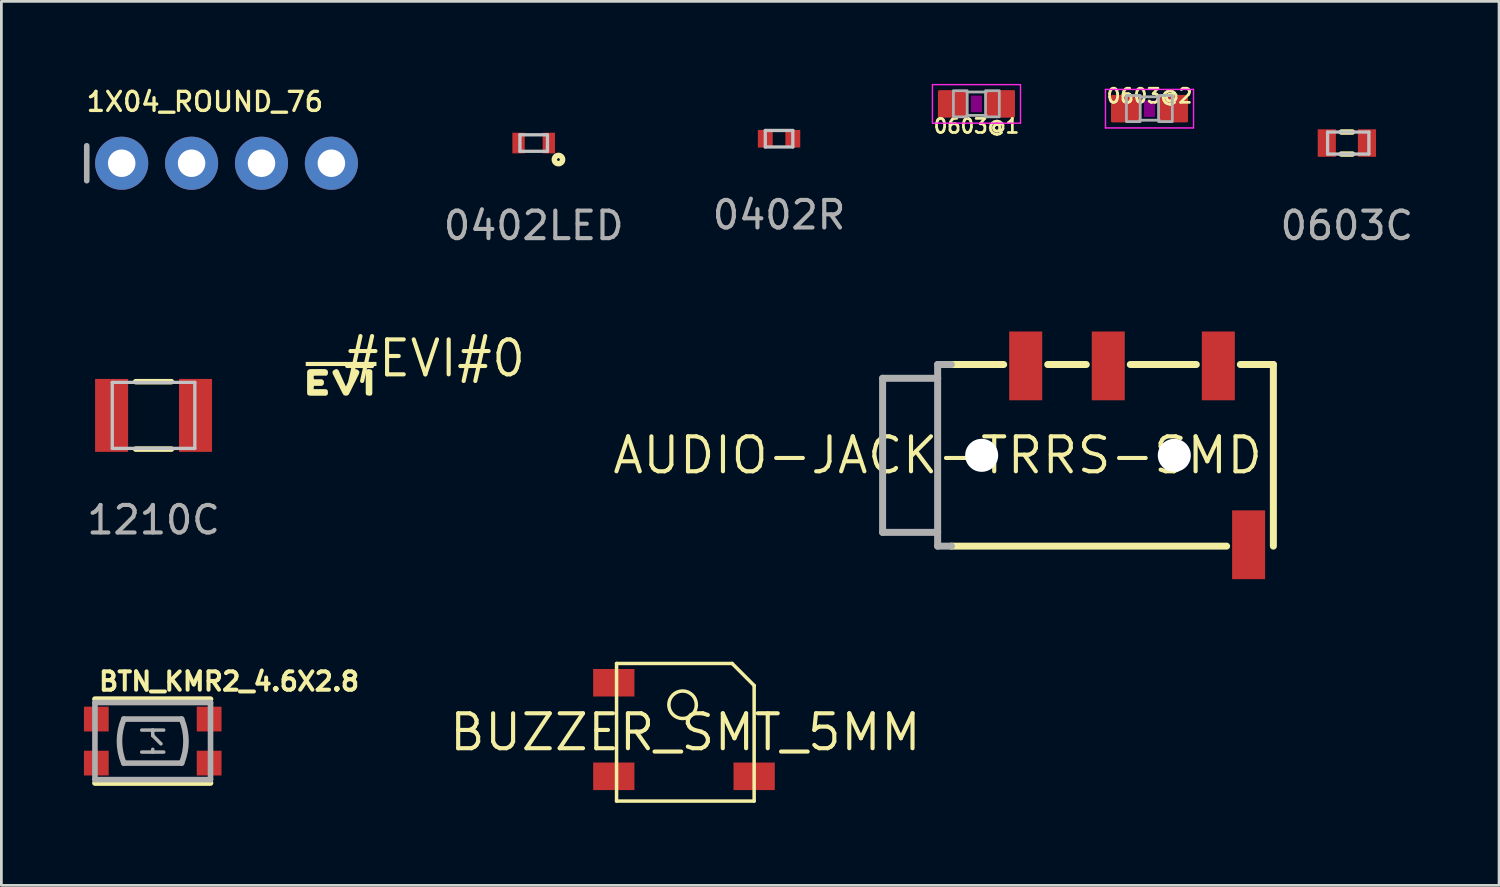
<source format=kicad_pcb>
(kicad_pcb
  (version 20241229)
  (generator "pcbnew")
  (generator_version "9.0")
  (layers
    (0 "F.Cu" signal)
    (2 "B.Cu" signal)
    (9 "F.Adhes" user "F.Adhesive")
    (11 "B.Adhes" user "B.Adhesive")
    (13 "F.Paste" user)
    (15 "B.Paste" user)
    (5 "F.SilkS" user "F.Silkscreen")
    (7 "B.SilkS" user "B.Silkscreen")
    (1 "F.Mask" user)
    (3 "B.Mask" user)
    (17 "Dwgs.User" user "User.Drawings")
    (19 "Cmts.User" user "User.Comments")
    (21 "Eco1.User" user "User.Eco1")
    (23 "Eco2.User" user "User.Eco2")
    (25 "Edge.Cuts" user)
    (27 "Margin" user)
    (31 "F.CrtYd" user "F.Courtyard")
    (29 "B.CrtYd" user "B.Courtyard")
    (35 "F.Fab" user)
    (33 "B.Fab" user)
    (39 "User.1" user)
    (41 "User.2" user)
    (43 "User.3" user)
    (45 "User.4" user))
  (footprint "0603C"
    (layer "F.Cu")
    (at 45.894 2.148)
    (property "Reference" "0603C" (at 0 -1.3 0) (unlocked yes) (layer "User.1") (effects (font (size 1 1) (thickness 0.15))))
    (fp_line (start -0.2 -0.4) (end 0.2 -0.4) (stroke (width 0.2) (type solid)) (layer "F.SilkS"))
    (fp_line (start -0.2 0.4) (end 0.2 0.4) (stroke (width 0.2) (type solid)) (layer "F.SilkS"))
    (fp_line (start -0.7 -0.4) (end 0.8 -0.4) (stroke (width 0.12) (type solid)) (layer "Dwgs.User"))
    (fp_line (start -0.7 0.4) (end -0.7 -0.4) (stroke (width 0.12) (type solid)) (layer "Dwgs.User"))
    (fp_line (start 0.8 -0.4) (end 0.8 0.4) (stroke (width 0.12) (type solid)) (layer "Dwgs.User"))
    (fp_line (start 0.8 0.4) (end -0.7 0.4) (stroke (width 0.12) (type solid)) (layer "Dwgs.User"))
    (fp_text user "${REFERENCE}" (at 0 3 0) (unlocked yes) (layer "F.Fab") (effects (font (size 1 1) (thickness 0.15))))
    (pad "1" smd rect (at -0.73 0) (size 0.66 1) (layers "F.Cu" "F.Mask" "F.Paste"))
    (pad "2" smd rect (at 0.73 0) (size 0.66 1) (layers "F.Cu" "F.Mask" "F.Paste")))
  (footprint "AUDIO-JACK-TRRS-SMD"
    (layer "F.Cu")
    (at 31.023 13.496)
    (property "Reference" "AUDIO-JACK-TRRS-SMD" (at 0 0 0) (layer "F.SilkS") (effects (font (size 1.27 1.27) (thickness 0.15))))
    (fp_line (start 0.5 -3.3) (end 2.4 -3.3) (stroke (width 0.254) (type solid)) (layer "F.SilkS"))
    (fp_line (start 0.5 3.3) (end 10.5 3.3) (stroke (width 0.254) (type solid)) (layer "F.SilkS"))
    (fp_line (start 4 -3.3) (end 5.4 -3.3) (stroke (width 0.254) (type solid)) (layer "F.SilkS"))
    (fp_line (start 7 -3.3) (end 9.4 -3.3) (stroke (width 0.254) (type solid)) (layer "F.SilkS"))
    (fp_line (start 12.2 -3.3) (end 11 -3.3) (stroke (width 0.254) (type solid)) (layer "F.SilkS"))
    (fp_line (start 12.2 -3.3) (end 12.2 3.3) (stroke (width 0.254) (type solid)) (layer "F.SilkS"))
    (fp_line (start -2 -2.8) (end -2 2.8) (stroke (width 0.254) (type solid)) (layer "F.Fab"))
    (fp_line (start -2 2.8) (end 0 2.8) (stroke (width 0.254) (type solid)) (layer "F.Fab"))
    (fp_line (start 0 -3.3) (end 0 -2.8) (stroke (width 0.254) (type solid)) (layer "F.Fab"))
    (fp_line (start 0 -2.8) (end -2 -2.8) (stroke (width 0.254) (type solid)) (layer "F.Fab"))
    (fp_line (start 0 -2.8) (end 0 2.8) (stroke (width 0.254) (type solid)) (layer "F.Fab"))
    (fp_line (start 0 2.8) (end 0 3.3) (stroke (width 0.254) (type solid)) (layer "F.Fab"))
    (fp_line (start 0 3.3) (end 0.5 3.3) (stroke (width 0.254) (type solid)) (layer "F.Fab"))
    (fp_line (start 0.5 -3.3) (end 0 -3.3) (stroke (width 0.254) (type solid)) (layer "F.Fab"))
    (pad "" np_thru_hole circle (at 1.6 0) (size 1.2 1.2) (drill 1.2) (layers "*.Cu" "*.Mask"))
    (pad "" np_thru_hole circle (at 8.6 0) (size 1.2 1.2) (drill 1.2) (layers "*.Cu" "*.Mask"))
    (pad "EARTH" smd rect (at 11.3 3.25) (size 1.2 2.5) (layers "F.Cu" "F.Mask" "F.Paste"))
    (pad "RING1" smd rect (at 6.2 -3.25) (size 1.2 2.5) (layers "F.Cu" "F.Mask" "F.Paste"))
    (pad "RING2" smd rect (at 3.2 -3.25 180) (size 1.2 2.5) (layers "F.Cu" "F.Mask" "F.Paste"))
    (pad "TIP" smd rect (at 10.2 -3.25) (size 1.2 2.5) (layers "F.Cu" "F.Mask" "F.Paste")))
  (footprint "0603@1"
    (layer "F.Cu")
    (at 32.434 0.725)
    (property "Reference" "0603@1" (at 0 0.508 180) (layer "F.SilkS") (effects (font (size 0.512 0.512) (thickness 0.098)) (justify top)))
    (fp_poly (pts (xy -0.2 0.3) (xy 0.2 0.3) (xy 0.2 -0.3) (xy -0.2 -0.3)) (stroke (width 0) (type default)) (fill yes) (layer "F.Adhes"))
    (fp_line (start -1.6 -0.7) (end 1.6 -0.7) (stroke (width 0.051) (type solid)) (layer "F.CrtYd"))
    (fp_line (start -1.6 0.7) (end -1.6 -0.7) (stroke (width 0.051) (type solid)) (layer "F.CrtYd"))
    (fp_line (start 1.6 -0.7) (end 1.6 0.7) (stroke (width 0.051) (type solid)) (layer "F.CrtYd"))
    (fp_line (start 1.6 0.7) (end -1.6 0.7) (stroke (width 0.051) (type solid)) (layer "F.CrtYd"))
    (fp_line (start -0.356 -0.432) (end 0.356 -0.432) (stroke (width 0.102) (type solid)) (layer "F.Fab"))
    (fp_line (start -0.356 0.419) (end 0.356 0.419) (stroke (width 0.102) (type solid)) (layer "F.Fab"))
    (fp_poly (pts (xy -0.838 0.47) (xy -0.338 0.47) (xy -0.338 -0.48) (xy -0.838 -0.48)) (stroke (width 0.1) (type default)) (fill no) (layer "F.Fab"))
    (fp_poly (pts (xy 0.33 0.47) (xy 0.83 0.47) (xy 0.83 -0.48) (xy 0.33 -0.48)) (stroke (width 0.1) (type default)) (fill no) (layer "F.Fab"))
    (pad "1" smd roundrect (at -0.85 0) (size 1.1 1) (layers "F.Cu" "F.Mask" "F.Paste") (roundrect_rratio 0.051))
    (pad "2" smd roundrect (at 0.85 0) (size 1.1 1) (layers "F.Cu" "F.Mask" "F.Paste") (roundrect_rratio 0.051)))
  (footprint "0603@2"
    (layer "F.Cu")
    (at 38.721 0.899)
    (property "Reference" "0603@2" (at 0 -0.762 180) (layer "F.SilkS") (effects (font (size 0.512 0.512) (thickness 0.098)) (justify top)))
    (fp_poly (pts (xy -0.2 0.3) (xy 0.2 0.3) (xy 0.2 -0.3) (xy -0.2 -0.3)) (stroke (width 0) (type default)) (fill yes) (layer "F.Adhes"))
    (fp_line (start -1.6 -0.7) (end 1.6 -0.7) (stroke (width 0.051) (type solid)) (layer "F.CrtYd"))
    (fp_line (start -1.6 0.7) (end -1.6 -0.7) (stroke (width 0.051) (type solid)) (layer "F.CrtYd"))
    (fp_line (start 1.6 -0.7) (end 1.6 0.7) (stroke (width 0.051) (type solid)) (layer "F.CrtYd"))
    (fp_line (start 1.6 0.7) (end -1.6 0.7) (stroke (width 0.051) (type solid)) (layer "F.CrtYd"))
    (fp_line (start -0.356 -0.432) (end 0.356 -0.432) (stroke (width 0.102) (type solid)) (layer "F.Fab"))
    (fp_line (start -0.356 0.419) (end 0.356 0.419) (stroke (width 0.102) (type solid)) (layer "F.Fab"))
    (fp_poly (pts (xy -0.838 0.47) (xy -0.338 0.47) (xy -0.338 -0.48) (xy -0.838 -0.48)) (stroke (width 0.1) (type default)) (fill no) (layer "F.Fab"))
    (fp_poly (pts (xy 0.33 0.47) (xy 0.83 0.47) (xy 0.83 -0.48) (xy 0.33 -0.48)) (stroke (width 0.1) (type default)) (fill no) (layer "F.Fab"))
    (pad "1" smd roundrect (at -0.85 0) (size 1.1 1) (layers "F.Cu" "F.Mask" "F.Paste") (roundrect_rratio 0.051))
    (pad "2" smd roundrect (at 0.85 0) (size 1.1 1) (layers "F.Cu" "F.Mask" "F.Paste") (roundrect_rratio 0.051)))
  (footprint "1X04_ROUND_76"
    (layer "F.Cu")
    (at 5.182 2.882)
    (property "Reference" "1X04_ROUND_76" (at -5.156 -1.829 0) (layer "F.SilkS") (effects (font (size 0.693 0.693) (thickness 0.12)) (justify left bottom)))
    (fp_line (start -5.08 -0.635) (end -5.08 0.635) (stroke (width 0.203) (type solid)) (layer "F.Fab"))
    (fp_poly (pts (xy -4.064 0.254) (xy -3.556 0.254) (xy -3.556 -0.254) (xy -4.064 -0.254)) (stroke (width 0.1) (type default)) (fill no) (layer "F.Fab"))
    (fp_poly (pts (xy -1.524 0.254) (xy -1.016 0.254) (xy -1.016 -0.254) (xy -1.524 -0.254)) (stroke (width 0.1) (type default)) (fill no) (layer "F.Fab"))
    (fp_poly (pts (xy 1.016 0.254) (xy 1.524 0.254) (xy 1.524 -0.254) (xy 1.016 -0.254)) (stroke (width 0.1) (type default)) (fill no) (layer "F.Fab"))
    (fp_poly (pts (xy 3.556 0.254) (xy 4.064 0.254) (xy 4.064 -0.254) (xy 3.556 -0.254)) (stroke (width 0.1) (type default)) (fill no) (layer "F.Fab"))
    (pad "1" thru_hole circle (at -3.81 0 90) (size 1.93 1.93) (drill 1) (layers "*.Cu" "*.Mask"))
    (pad "2" thru_hole circle (at -1.27 0 90) (size 1.93 1.93) (drill 1) (layers "*.Cu" "*.Mask"))
    (pad "3" thru_hole circle (at 1.27 0 90) (size 1.93 1.93) (drill 1) (layers "*.Cu" "*.Mask"))
    (pad "4" thru_hole circle (at 3.81 0 90) (size 1.93 1.93) (drill 1) (layers "*.Cu" "*.Mask")))
  (footprint "BUZZER_SMT_5MM"
    (layer "F.Cu")
    (at 21.855 23.56)
    (property "Reference" "BUZZER_SMT_5MM" (at 0 0 0) (layer "F.SilkS") (effects (font (size 1.27 1.27) (thickness 0.15))))
    (fp_line (start -2.5 -2.5) (end 1.7 -2.5) (stroke (width 0.127) (type solid)) (layer "F.SilkS"))
    (fp_line (start -2.5 2.5) (end -2.5 -2.5) (stroke (width 0.127) (type solid)) (layer "F.SilkS"))
    (fp_line (start 1.7 -2.5) (end 2.5 -1.7) (stroke (width 0.127) (type solid)) (layer "F.SilkS"))
    (fp_line (start 2.5 -1.7) (end 2.5 2.5) (stroke (width 0.127) (type solid)) (layer "F.SilkS"))
    (fp_line (start 2.5 2.5) (end -2.5 2.5) (stroke (width 0.127) (type solid)) (layer "F.SilkS"))
    (fp_circle (center -0.1 -1) (end 0.4 -1) (stroke (width 0.127) (type solid)) (fill no) (layer "F.SilkS"))
    (pad "+" smd rect (at -2.6 1.6 90) (size 1 1.5) (layers "F.Cu" "F.Mask" "F.Paste"))
    (pad "-" smd rect (at 2.5 1.6 90) (size 1 1.5) (layers "F.Cu" "F.Mask" "F.Paste"))
    (pad "MT" smd rect (at -2.6 -1.8 90) (size 1 1.5) (layers "F.Cu" "F.Mask" "F.Paste")))
  (footprint "0402LED"
    (layer "F.Cu")
    (at 16.344 2.148)
    (property "Reference" "0402LED" (at 0 -1.3 0) (unlocked yes) (layer "User.1") (effects (font (size 1 1) (thickness 0.15))))
    (fp_circle (center 0.9 0.6) (end 0.95 0.6) (stroke (width 0.2) (type solid)) (fill no) (layer "F.SilkS"))
    (fp_line (start -0.5 -0.3) (end 0.5 -0.3) (stroke (width 0.12) (type solid)) (layer "Dwgs.User"))
    (fp_line (start -0.5 0.3) (end -0.5 -0.3) (stroke (width 0.12) (type solid)) (layer "Dwgs.User"))
    (fp_line (start 0.5 -0.3) (end 0.5 0.3) (stroke (width 0.12) (type solid)) (layer "Dwgs.User"))
    (fp_line (start 0.5 0.3) (end -0.5 0.3) (stroke (width 0.12) (type solid)) (layer "Dwgs.User"))
    (fp_text user "${REFERENCE}" (at 0 3 0) (unlocked yes) (layer "F.Fab") (effects (font (size 1 1) (thickness 0.15))))
    (pad "1" smd rect (at -0.55 0 90) (size 0.75 0.45) (layers "F.Cu" "F.Mask" "F.Paste"))
    (pad "2" smd rect (at 0.55 0 90) (size 0.75 0.45) (layers "F.Cu" "F.Mask" "F.Paste")))
  (footprint "BTN_KMR2_4.6X2.8"
    (layer "F.Cu")
    (at 2.5 23.88)
    (property "Reference" "BTN_KMR2_4.6X2.8" (at -2.032 -1.778 0) (layer "F.SilkS") (effects (font (size 0.666 0.666) (thickness 0.146)) (justify left bottom)))
    (fp_line (start -2.1 -1.525) (end 2.1 -1.525) (stroke (width 0.203) (type solid)) (layer "F.SilkS"))
    (fp_line (start 2.1 1.525) (end -2.1 1.525) (stroke (width 0.203) (type solid)) (layer "F.SilkS"))
    (fp_line (start -2.1 -1.4) (end 2.1 -1.4) (stroke (width 0.203) (type solid)) (layer "F.Fab"))
    (fp_line (start -2.1 1.4) (end -2.1 -1.4) (stroke (width 0.203) (type solid)) (layer "F.Fab"))
    (fp_line (start -1.05 -0.8) (end 1.05 -0.8) (stroke (width 0.203) (type solid)) (layer "F.Fab"))
    (fp_line (start -0.4 -0.4) (end 0 -0.4) (stroke (width 0.127) (type solid)) (layer "F.Fab"))
    (fp_line (start -0.4 0.4) (end 0 0.4) (stroke (width 0.127) (type solid)) (layer "F.Fab"))
    (fp_line (start 0 -0.4) (end 0 -0.2) (stroke (width 0.127) (type solid)) (layer "F.Fab"))
    (fp_line (start 0 -0.4) (end 0.4 -0.4) (stroke (width 0.127) (type solid)) (layer "F.Fab"))
    (fp_line (start 0 -0.2) (end 0.3 0.1) (stroke (width 0.127) (type solid)) (layer "F.Fab"))
    (fp_line (start 0 0.4) (end 0 0.3) (stroke (width 0.127) (type solid)) (layer "F.Fab"))
    (fp_line (start 0 0.4) (end 0.4 0.4) (stroke (width 0.127) (type solid)) (layer "F.Fab"))
    (fp_line (start 1.05 0.8) (end -1.05 0.8) (stroke (width 0.203) (type solid)) (layer "F.Fab"))
    (fp_line (start 2.1 -1.4) (end 2.1 1.4) (stroke (width 0.203) (type solid)) (layer "F.Fab"))
    (fp_line (start 2.1 1.4) (end -2.1 1.4) (stroke (width 0.203) (type solid)) (layer "F.Fab"))
    (fp_arc (start -1.05 0.8) (mid -1.209128 0) (end -1.05 -0.799999) (stroke (width 0.2032) (type solid)) (layer "F.Fab"))
    (fp_arc (start 1.05 -0.8) (mid 1.209128 0) (end 1.05 0.799999) (stroke (width 0.2032) (type solid)) (layer "F.Fab"))
    (pad "A" smd rect (at 2.05 -0.8) (size 0.9 0.9) (layers "F.Cu" "F.Mask" "F.Paste"))
    (pad "A'" smd rect (at -2.05 -0.8) (size 0.9 0.9) (layers "F.Cu" "F.Mask" "F.Paste"))
    (pad "B" smd rect (at 2.05 0.8) (size 0.9 0.9) (layers "F.Cu" "F.Mask" "F.Paste"))
    (pad "B'" smd rect (at -2.05 0.8) (size 0.9 0.9) (layers "F.Cu" "F.Mask" "F.Paste")))
  (footprint "0402R"
    (layer "F.Cu")
    (at 25.26 1.991)
    (property "Reference" "0402R" (at 0 -1.143 0) (unlocked yes) (layer "User.1") (effects (font (size 1 1) (thickness 0.15))))
    (fp_line (start -0.5 -0.3) (end 0.5 -0.3) (stroke (width 0.12) (type solid)) (layer "Dwgs.User"))
    (fp_line (start -0.5 0.3) (end -0.5 -0.3) (stroke (width 0.12) (type solid)) (layer "Dwgs.User"))
    (fp_line (start 0.5 -0.3) (end 0.5 0.3) (stroke (width 0.12) (type solid)) (layer "Dwgs.User"))
    (fp_line (start 0.5 0.3) (end -0.5 0.3) (stroke (width 0.12) (type solid)) (layer "Dwgs.User"))
    (fp_text user "${REFERENCE}" (at 0 2.77 0) (unlocked yes) (layer "F.Fab") (effects (font (size 1 1) (thickness 0.15))))
    (pad "1" smd rect (at -0.5 0 90) (size 0.64 0.54) (layers "F.Cu" "F.Mask" "F.Paste"))
    (pad "2" smd rect (at 0.5 0 90) (size 0.64 0.54) (layers "F.Cu" "F.Mask" "F.Paste")))
  (footprint "#EVI#0"
    (layer "F.Cu")
    (at 9.345 10.716)
    (property "Reference" "#EVI#0" (at 0 0 0) (layer "F.SilkS") (effects (font (size 1.27 1.27) (thickness 0.15)) (justify left bottom)))
    (fp_poly (pts (xy 1.285 -0.465) (xy -1.285 -0.465) (xy -1.285 -0.615) (xy 1.285 -0.615)) (stroke (width 0) (type default)) (fill yes) (layer "F.SilkS"))
    (fp_poly (pts (xy 1.103 -0.334) (xy 1.135 -0.281) (xy 1.135 0.531) (xy 1.114 0.594) (xy 1.051 0.615) (xy 0.958 0.605) (xy 0.906 0.573) (xy 0.895 0.52) (xy 0.895 -0.23) (xy 0.905 -0.302) (xy 0.937 -0.345) (xy 1.02 -0.355)) (stroke (width 0) (type default)) (fill yes) (layer "F.SilkS"))
    (fp_poly (pts (xy -0.096 -0.313) (xy -0.075 -0.272) (xy 0.164 0.257) (xy 0.179 0.271) (xy 0.466 -0.334) (xy 0.52 -0.355) (xy 0.592 -0.335) (xy 0.655 -0.283) (xy 0.665 -0.23) (xy 0.645 -0.168) (xy 0.314 0.502) (xy 0.284 0.563) (xy 0.232 0.605) (xy 0.17 0.615) (xy 0.097 0.594) (xy 0.056 0.533) (xy -0.305 -0.188) (xy -0.315 -0.251) (xy -0.284 -0.304) (xy -0.212 -0.345) (xy -0.149 -0.355)) (stroke (width 0) (type default)) (fill yes) (layer "F.SilkS"))
    (fp_poly (pts (xy -0.548 -0.345) (xy -0.496 -0.313) (xy -0.475 -0.24) (xy -0.485 -0.158) (xy -0.528 -0.115) (xy -0.94 -0.115) (xy -0.995 -0.106) (xy -0.995 -0.04) (xy -0.986 0.015) (xy -0.709 0.015) (xy -0.657 0.036) (xy -0.625 0.089) (xy -0.625 0.181) (xy -0.657 0.234) (xy -0.709 0.255) (xy -0.986 0.255) (xy -0.995 0.31) (xy -0.995 0.375) (xy -0.59 0.375) (xy -0.517 0.385) (xy -0.485 0.428) (xy -0.475 0.521) (xy -0.496 0.583) (xy -0.549 0.615) (xy -1.1 0.615) (xy -1.182 0.605) (xy -1.225 0.573) (xy -1.235 0.5) (xy -1.235 -0.251) (xy -1.214 -0.313) (xy -1.162 -0.345) (xy -1.09 -0.355) (xy -0.61 -0.355)) (stroke (width 0) (type default)) (fill yes) (layer "F.SilkS")))
  (footprint "1210C"
    (layer "F.Cu")
    (at 2.53 12.045)
    (property "Reference" "1210C" (at 0 -2.2 0) (unlocked yes) (layer "User.1") (effects (font (size 1 1) (thickness 0.15))))
    (fp_line (start -0.65 -1.225) (end 0.65 -1.225) (stroke (width 0.2) (type solid)) (layer "F.SilkS"))
    (fp_line (start -0.65 1.225) (end 0.65 1.225) (stroke (width 0.2) (type solid)) (layer "F.SilkS"))
    (fp_line (start -1.5 -1.2) (end 1.5 -1.2) (stroke (width 0.12) (type solid)) (layer "Dwgs.User"))
    (fp_line (start -1.5 1.2) (end -1.5 -1.2) (stroke (width 0.12) (type solid)) (layer "Dwgs.User"))
    (fp_line (start 1.5 -1.2) (end 1.5 1.2) (stroke (width 0.12) (type solid)) (layer "Dwgs.User"))
    (fp_line (start 1.5 1.2) (end -1.5 1.2) (stroke (width 0.12) (type solid)) (layer "Dwgs.User"))
    (fp_text user "${REFERENCE}" (at 0 3.8 0) (unlocked yes) (layer "F.Fab") (effects (font (size 1 1) (thickness 0.15))))
    (pad "1" smd rect (at -1.525 0 90) (size 2.65 1.2) (layers "F.Cu" "F.Mask" "F.Paste"))
    (pad "2" smd rect (at 1.525 0 90) (size 2.65 1.2) (layers "F.Cu" "F.Mask" "F.Paste")))
  (gr_rect
    (start -3 -3)
    (end 51.424 29.123)
    (stroke (width 0.1) (type default))
    (fill no)
    (layer "Edge.Cuts")))
</source>
